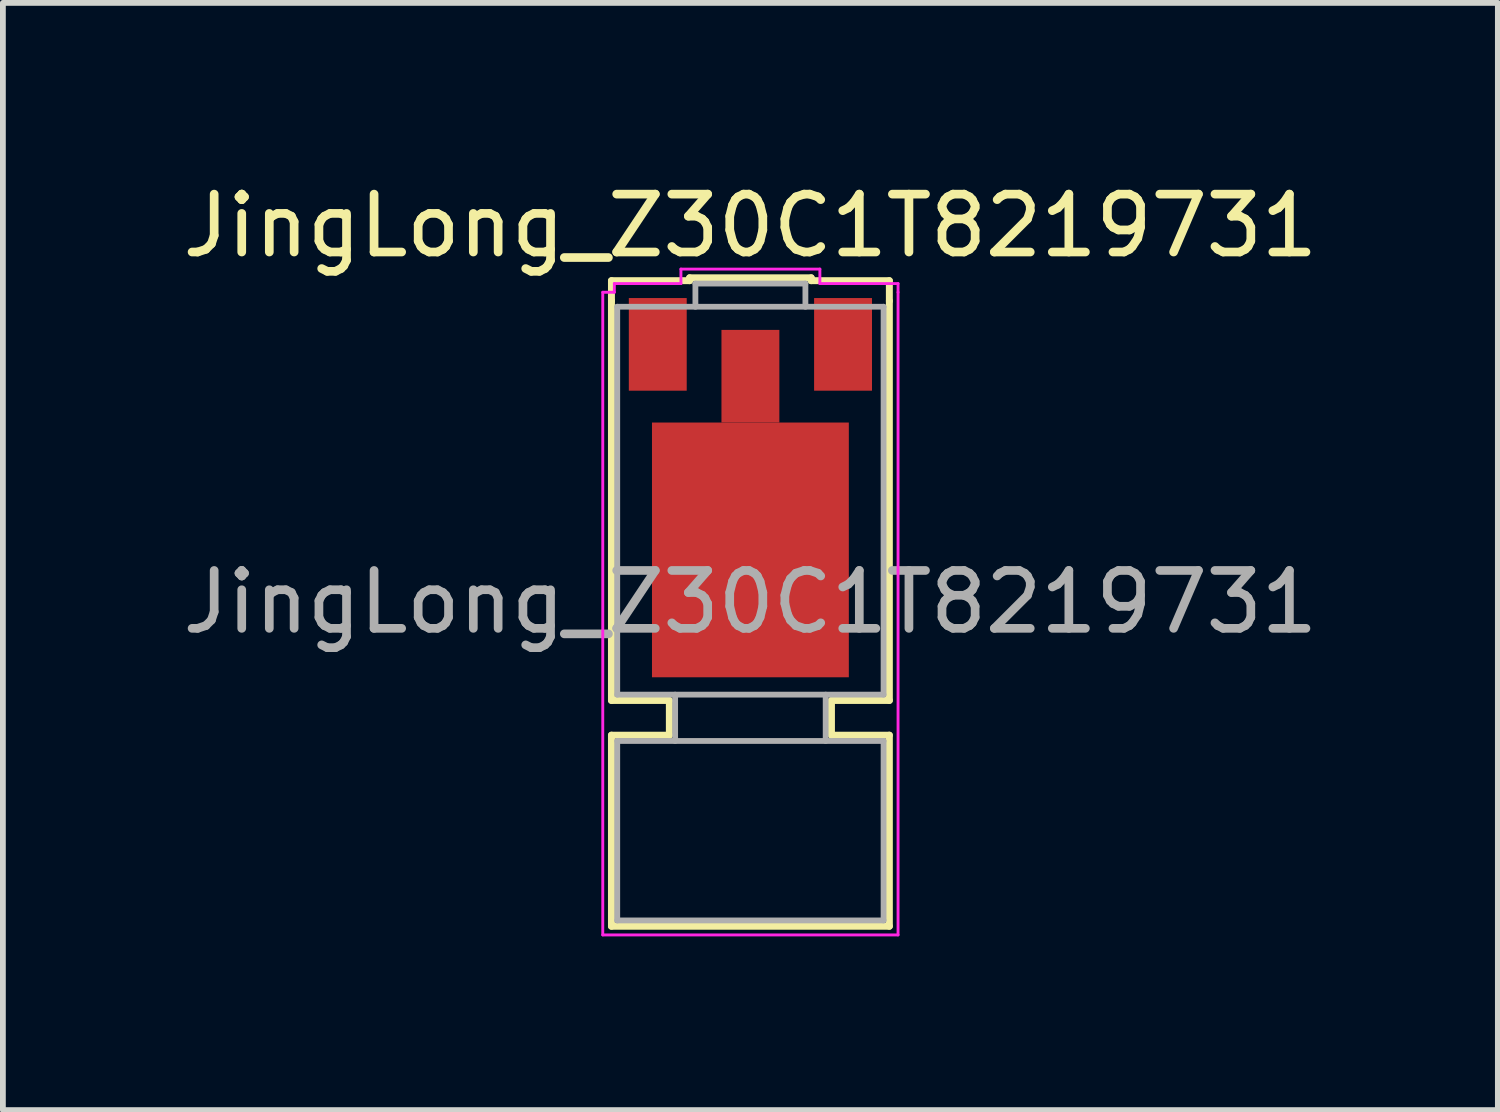
<source format=kicad_pcb>
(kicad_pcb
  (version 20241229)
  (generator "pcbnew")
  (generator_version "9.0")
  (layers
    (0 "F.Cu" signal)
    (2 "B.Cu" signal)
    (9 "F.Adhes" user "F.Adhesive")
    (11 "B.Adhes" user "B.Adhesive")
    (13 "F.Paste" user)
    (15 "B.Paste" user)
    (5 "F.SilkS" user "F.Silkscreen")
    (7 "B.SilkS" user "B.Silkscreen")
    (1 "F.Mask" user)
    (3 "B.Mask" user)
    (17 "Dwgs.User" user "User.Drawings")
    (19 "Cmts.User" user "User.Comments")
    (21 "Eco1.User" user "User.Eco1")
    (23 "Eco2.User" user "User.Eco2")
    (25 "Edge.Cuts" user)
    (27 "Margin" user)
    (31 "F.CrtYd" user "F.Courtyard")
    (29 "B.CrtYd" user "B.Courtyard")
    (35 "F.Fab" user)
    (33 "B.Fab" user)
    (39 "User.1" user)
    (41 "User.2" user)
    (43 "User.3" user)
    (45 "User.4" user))
  (footprint "JingLong_Z30C1T8219731"
    (layer "F.Cu")
    (at 9.911 7.348)
    (property "Reference" "JingLong_Z30C1T8219731" (at 0 -6.5 0) (layer "F.SilkS") (effects (font (size 1 1) (thickness 0.15))))
    (attr smd)
    (fp_line (start -2.4 -5.55) (end -1.05 -5.55) (stroke (width 0.12) (type solid)) (layer "F.SilkS"))
    (fp_line (start -2.4 -5.2) (end -2.4 -5.55) (stroke (width 0.12) (type solid)) (layer "F.SilkS"))
    (fp_line (start -2.4 1.7) (end -2.4 -5.2) (stroke (width 0.12) (type solid)) (layer "F.SilkS"))
    (fp_line (start -2.4 2.3) (end -1.4 2.3) (stroke (width 0.12) (type solid)) (layer "F.SilkS"))
    (fp_line (start -2.4 5.6) (end -2.4 2.3) (stroke (width 0.12) (type solid)) (layer "F.SilkS"))
    (fp_line (start -1.4 1.7) (end -2.4 1.7) (stroke (width 0.12) (type solid)) (layer "F.SilkS"))
    (fp_line (start -1.4 2.3) (end -1.4 1.7) (stroke (width 0.12) (type solid)) (layer "F.SilkS"))
    (fp_line (start -1.05 -5.6) (end 1.05 -5.6) (stroke (width 0.12) (type solid)) (layer "F.SilkS"))
    (fp_line (start -1.05 -5.55) (end -1.05 -5.6) (stroke (width 0.12) (type solid)) (layer "F.SilkS"))
    (fp_line (start 1.05 -5.6) (end 1.05 -5.55) (stroke (width 0.12) (type solid)) (layer "F.SilkS"))
    (fp_line (start 1.05 -5.55) (end 2.4 -5.55) (stroke (width 0.12) (type solid)) (layer "F.SilkS"))
    (fp_line (start 1.4 1.7) (end 1.4 2.3) (stroke (width 0.12) (type solid)) (layer "F.SilkS"))
    (fp_line (start 1.4 2.3) (end 2.4 2.3) (stroke (width 0.12) (type solid)) (layer "F.SilkS"))
    (fp_line (start 2.4 -5.55) (end 2.4 -5.2) (stroke (width 0.12) (type solid)) (layer "F.SilkS"))
    (fp_line (start 2.4 -5.2) (end 2.4 1.7) (stroke (width 0.12) (type solid)) (layer "F.SilkS"))
    (fp_line (start 2.4 1.7) (end 1.4 1.7) (stroke (width 0.12) (type solid)) (layer "F.SilkS"))
    (fp_line (start 2.4 2.3) (end 2.4 5.6) (stroke (width 0.12) (type solid)) (layer "F.SilkS"))
    (fp_line (start 2.4 5.6) (end -2.4 5.6) (stroke (width 0.12) (type solid)) (layer "F.SilkS"))
    (fp_line (start -2.55 -5.35) (end -2.35 -5.35) (stroke (width 0.05) (type solid)) (layer "F.CrtYd"))
    (fp_line (start -2.55 5.75) (end -2.55 -5.35) (stroke (width 0.05) (type solid)) (layer "F.CrtYd"))
    (fp_line (start -2.35 -5.5) (end -1.2 -5.5) (stroke (width 0.05) (type solid)) (layer "F.CrtYd"))
    (fp_line (start -2.35 -5.35) (end -2.35 -5.5) (stroke (width 0.05) (type solid)) (layer "F.CrtYd"))
    (fp_line (start -1.2 -5.75) (end 1.2 -5.75) (stroke (width 0.05) (type solid)) (layer "F.CrtYd"))
    (fp_line (start -1.2 -5.5) (end -1.2 -5.75) (stroke (width 0.05) (type solid)) (layer "F.CrtYd"))
    (fp_line (start 1.2 -5.75) (end 1.2 -5.5) (stroke (width 0.05) (type solid)) (layer "F.CrtYd"))
    (fp_line (start 1.2 -5.5) (end 2.55 -5.5) (stroke (width 0.05) (type solid)) (layer "F.CrtYd"))
    (fp_line (start 2.55 -5.5) (end 2.55 -5.35) (stroke (width 0.05) (type solid)) (layer "F.CrtYd"))
    (fp_line (start 2.55 -5.35) (end 2.55 5.75) (stroke (width 0.05) (type solid)) (layer "F.CrtYd"))
    (fp_line (start 2.55 5.75) (end -2.55 5.75) (stroke (width 0.05) (type solid)) (layer "F.CrtYd"))
    (fp_line (start -2.3 -5.1) (end -2.3 1.6) (stroke (width 0.1) (type solid)) (layer "F.Fab"))
    (fp_line (start -2.3 1.6) (end 2.3 1.6) (stroke (width 0.1) (type solid)) (layer "F.Fab"))
    (fp_line (start -2.3 2.4) (end -2.3 5.5) (stroke (width 0.1) (type solid)) (layer "F.Fab"))
    (fp_line (start -2.3 5.5) (end 2.3 5.5) (stroke (width 0.1) (type solid)) (layer "F.Fab"))
    (fp_line (start -1.3 1.6) (end -1.3 2.4) (stroke (width 0.1) (type solid)) (layer "F.Fab"))
    (fp_line (start -0.95 -5.5) (end -0.95 -5.1) (stroke (width 0.1) (type solid)) (layer "F.Fab"))
    (fp_line (start 0.95 -5.5) (end -0.95 -5.5) (stroke (width 0.1) (type solid)) (layer "F.Fab"))
    (fp_line (start 0.95 -5.1) (end 0.95 -5.5) (stroke (width 0.1) (type solid)) (layer "F.Fab"))
    (fp_line (start 1.3 1.6) (end 1.3 2.4) (stroke (width 0.1) (type solid)) (layer "F.Fab"))
    (fp_line (start 2.3 -5.1) (end -2.3 -5.1) (stroke (width 0.1) (type solid)) (layer "F.Fab"))
    (fp_line (start 2.3 1.6) (end 2.3 -5.1) (stroke (width 0.1) (type solid)) (layer "F.Fab"))
    (fp_line (start 2.3 2.4) (end -2.3 2.4) (stroke (width 0.1) (type solid)) (layer "F.Fab"))
    (fp_line (start 2.3 5.5) (end 2.3 2.4) (stroke (width 0.1) (type solid)) (layer "F.Fab"))
    (fp_text user "${REFERENCE}" (at 0 0 0) (layer "F.Fab") (effects (font (size 1 1) (thickness 0.15))))
    (pad "" smd rect (at -0.85 -2.265 270) (size 1.07 1.4) (layers "F.Paste"))
    (pad "" smd rect (at -0.85 -0.855 270) (size 1.07 1.4) (layers "F.Paste"))
    (pad "" smd rect (at -0.85 0.555 270) (size 1.07 1.4) (layers "F.Paste"))
    (pad "" smd rect (at 0.85 -2.265 270) (size 1.07 1.4) (layers "F.Paste"))
    (pad "" smd rect (at 0.85 -0.855 270) (size 1.07 1.4) (layers "F.Paste"))
    (pad "" smd rect (at 0.85 0.555 270) (size 1.07 1.4) (layers "F.Paste"))
    (pad "1" smd rect (at -1.6 -4.45 270) (size 1.6 1) (layers "F.Cu" "F.Mask" "F.Paste"))
    (pad "2" smd rect (at 1.6 -4.45 270) (size 1.6 1) (layers "F.Cu" "F.Mask" "F.Paste"))
    (pad "3" smd rect (at 0 -3.9 270) (size 1.6 1) (layers "F.Cu" "F.Mask" "F.Paste"))
    (pad "3" smd rect (at 0 -0.9 270) (size 4.4 3.4) (layers "F.Cu" "F.Mask")))
  (gr_rect
    (start -3 -3)
    (end 22.821 16.123)
    (stroke (width 0.1) (type default))
    (fill no)
    (layer "Edge.Cuts")))
</source>
